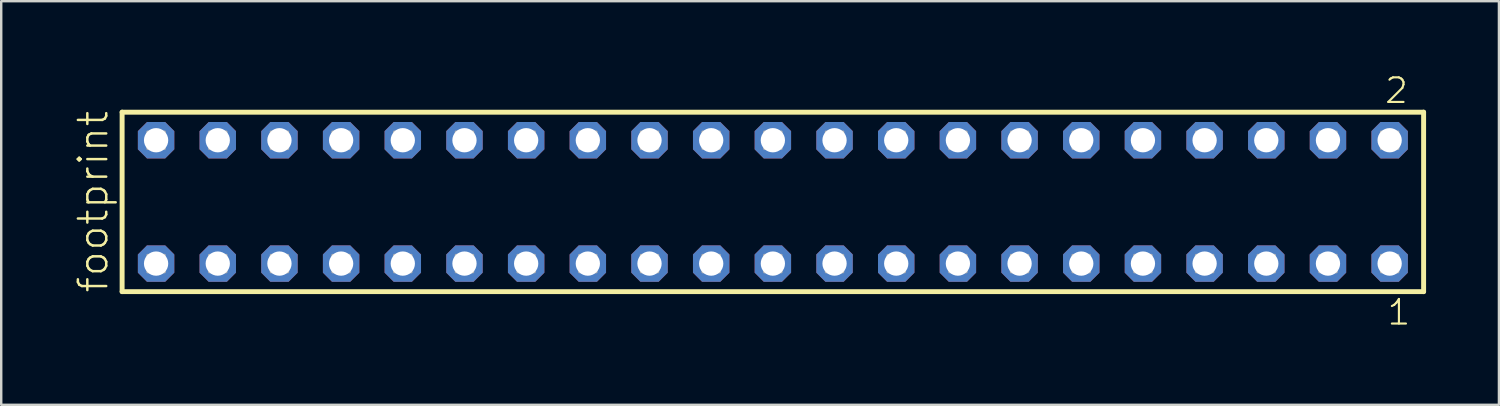
<source format=kicad_pcb>
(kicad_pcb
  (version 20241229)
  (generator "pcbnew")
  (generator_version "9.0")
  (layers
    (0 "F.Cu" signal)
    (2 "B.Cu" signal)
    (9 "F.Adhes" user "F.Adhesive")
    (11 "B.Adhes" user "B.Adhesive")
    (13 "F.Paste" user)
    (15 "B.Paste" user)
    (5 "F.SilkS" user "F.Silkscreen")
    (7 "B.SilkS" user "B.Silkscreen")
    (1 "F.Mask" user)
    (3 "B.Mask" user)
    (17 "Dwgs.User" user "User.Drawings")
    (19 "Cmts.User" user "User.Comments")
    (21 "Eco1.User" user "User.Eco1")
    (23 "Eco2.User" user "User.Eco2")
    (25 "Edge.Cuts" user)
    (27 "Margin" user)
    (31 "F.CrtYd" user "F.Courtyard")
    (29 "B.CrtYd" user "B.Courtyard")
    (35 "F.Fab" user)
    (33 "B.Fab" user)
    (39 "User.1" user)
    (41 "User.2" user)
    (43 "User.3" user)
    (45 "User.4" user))
  (footprint "footprint"
    (layer "F.Cu")
    (at 28.778 5.265)
    (property "Reference" "footprint" (at -27.305 3.81 90) (layer "F.SilkS") (effects (font (size 1.168 1.168) (thickness 0.102)) (justify left bottom)))
    (fp_line (start -26.799 -3.695) (end 26.799 -3.695) (stroke (width 0.203) (type solid)) (layer "F.SilkS"))
    (fp_line (start -26.799 3.695) (end -26.799 -3.695) (stroke (width 0.203) (type solid)) (layer "F.SilkS"))
    (fp_line (start 26.799 -3.695) (end 26.799 3.695) (stroke (width 0.203) (type solid)) (layer "F.SilkS"))
    (fp_line (start 26.799 3.695) (end -26.799 3.695) (stroke (width 0.203) (type solid)) (layer "F.SilkS"))
    (fp_poly (pts (xy -25.75 -2.19) (xy -25.05 -2.19) (xy -25.05 -2.89) (xy -25.75 -2.89)) (stroke (width 0.1) (type solid)) (fill no) (layer "F.Fab"))
    (fp_poly (pts (xy -25.75 2.89) (xy -25.05 2.89) (xy -25.05 2.19) (xy -25.75 2.19)) (stroke (width 0.1) (type solid)) (fill no) (layer "F.Fab"))
    (fp_poly (pts (xy -23.21 -2.19) (xy -22.51 -2.19) (xy -22.51 -2.89) (xy -23.21 -2.89)) (stroke (width 0.1) (type solid)) (fill no) (layer "F.Fab"))
    (fp_poly (pts (xy -23.21 2.89) (xy -22.51 2.89) (xy -22.51 2.19) (xy -23.21 2.19)) (stroke (width 0.1) (type solid)) (fill no) (layer "F.Fab"))
    (fp_poly (pts (xy -20.67 -2.19) (xy -19.97 -2.19) (xy -19.97 -2.89) (xy -20.67 -2.89)) (stroke (width 0.1) (type solid)) (fill no) (layer "F.Fab"))
    (fp_poly (pts (xy -20.67 2.89) (xy -19.97 2.89) (xy -19.97 2.19) (xy -20.67 2.19)) (stroke (width 0.1) (type solid)) (fill no) (layer "F.Fab"))
    (fp_poly (pts (xy -18.13 -2.19) (xy -17.43 -2.19) (xy -17.43 -2.89) (xy -18.13 -2.89)) (stroke (width 0.1) (type solid)) (fill no) (layer "F.Fab"))
    (fp_poly (pts (xy -18.13 2.89) (xy -17.43 2.89) (xy -17.43 2.19) (xy -18.13 2.19)) (stroke (width 0.1) (type solid)) (fill no) (layer "F.Fab"))
    (fp_poly (pts (xy -15.59 -2.19) (xy -14.89 -2.19) (xy -14.89 -2.89) (xy -15.59 -2.89)) (stroke (width 0.1) (type solid)) (fill no) (layer "F.Fab"))
    (fp_poly (pts (xy -15.59 2.89) (xy -14.89 2.89) (xy -14.89 2.19) (xy -15.59 2.19)) (stroke (width 0.1) (type solid)) (fill no) (layer "F.Fab"))
    (fp_poly (pts (xy -13.05 -2.19) (xy -12.35 -2.19) (xy -12.35 -2.89) (xy -13.05 -2.89)) (stroke (width 0.1) (type solid)) (fill no) (layer "F.Fab"))
    (fp_poly (pts (xy -13.05 2.89) (xy -12.35 2.89) (xy -12.35 2.19) (xy -13.05 2.19)) (stroke (width 0.1) (type solid)) (fill no) (layer "F.Fab"))
    (fp_poly (pts (xy -10.51 -2.19) (xy -9.81 -2.19) (xy -9.81 -2.89) (xy -10.51 -2.89)) (stroke (width 0.1) (type solid)) (fill no) (layer "F.Fab"))
    (fp_poly (pts (xy -10.51 2.89) (xy -9.81 2.89) (xy -9.81 2.19) (xy -10.51 2.19)) (stroke (width 0.1) (type solid)) (fill no) (layer "F.Fab"))
    (fp_poly (pts (xy -7.97 -2.19) (xy -7.27 -2.19) (xy -7.27 -2.89) (xy -7.97 -2.89)) (stroke (width 0.1) (type solid)) (fill no) (layer "F.Fab"))
    (fp_poly (pts (xy -7.97 2.89) (xy -7.27 2.89) (xy -7.27 2.19) (xy -7.97 2.19)) (stroke (width 0.1) (type solid)) (fill no) (layer "F.Fab"))
    (fp_poly (pts (xy -5.43 -2.19) (xy -4.73 -2.19) (xy -4.73 -2.89) (xy -5.43 -2.89)) (stroke (width 0.1) (type solid)) (fill no) (layer "F.Fab"))
    (fp_poly (pts (xy -5.43 2.89) (xy -4.73 2.89) (xy -4.73 2.19) (xy -5.43 2.19)) (stroke (width 0.1) (type solid)) (fill no) (layer "F.Fab"))
    (fp_poly (pts (xy -2.89 -2.19) (xy -2.19 -2.19) (xy -2.19 -2.89) (xy -2.89 -2.89)) (stroke (width 0.1) (type solid)) (fill no) (layer "F.Fab"))
    (fp_poly (pts (xy -2.89 2.89) (xy -2.19 2.89) (xy -2.19 2.19) (xy -2.89 2.19)) (stroke (width 0.1) (type solid)) (fill no) (layer "F.Fab"))
    (fp_poly (pts (xy -0.35 -2.19) (xy 0.35 -2.19) (xy 0.35 -2.89) (xy -0.35 -2.89)) (stroke (width 0.1) (type solid)) (fill no) (layer "F.Fab"))
    (fp_poly (pts (xy -0.35 2.89) (xy 0.35 2.89) (xy 0.35 2.19) (xy -0.35 2.19)) (stroke (width 0.1) (type solid)) (fill no) (layer "F.Fab"))
    (fp_poly (pts (xy 2.19 -2.19) (xy 2.89 -2.19) (xy 2.89 -2.89) (xy 2.19 -2.89)) (stroke (width 0.1) (type solid)) (fill no) (layer "F.Fab"))
    (fp_poly (pts (xy 2.19 2.89) (xy 2.89 2.89) (xy 2.89 2.19) (xy 2.19 2.19)) (stroke (width 0.1) (type solid)) (fill no) (layer "F.Fab"))
    (fp_poly (pts (xy 4.73 -2.19) (xy 5.43 -2.19) (xy 5.43 -2.89) (xy 4.73 -2.89)) (stroke (width 0.1) (type solid)) (fill no) (layer "F.Fab"))
    (fp_poly (pts (xy 4.73 2.89) (xy 5.43 2.89) (xy 5.43 2.19) (xy 4.73 2.19)) (stroke (width 0.1) (type solid)) (fill no) (layer "F.Fab"))
    (fp_poly (pts (xy 7.27 -2.19) (xy 7.97 -2.19) (xy 7.97 -2.89) (xy 7.27 -2.89)) (stroke (width 0.1) (type solid)) (fill no) (layer "F.Fab"))
    (fp_poly (pts (xy 7.27 2.89) (xy 7.97 2.89) (xy 7.97 2.19) (xy 7.27 2.19)) (stroke (width 0.1) (type solid)) (fill no) (layer "F.Fab"))
    (fp_poly (pts (xy 9.81 -2.19) (xy 10.51 -2.19) (xy 10.51 -2.89) (xy 9.81 -2.89)) (stroke (width 0.1) (type solid)) (fill no) (layer "F.Fab"))
    (fp_poly (pts (xy 9.81 2.89) (xy 10.51 2.89) (xy 10.51 2.19) (xy 9.81 2.19)) (stroke (width 0.1) (type solid)) (fill no) (layer "F.Fab"))
    (fp_poly (pts (xy 12.35 -2.19) (xy 13.05 -2.19) (xy 13.05 -2.89) (xy 12.35 -2.89)) (stroke (width 0.1) (type solid)) (fill no) (layer "F.Fab"))
    (fp_poly (pts (xy 12.35 2.89) (xy 13.05 2.89) (xy 13.05 2.19) (xy 12.35 2.19)) (stroke (width 0.1) (type solid)) (fill no) (layer "F.Fab"))
    (fp_poly (pts (xy 14.89 -2.19) (xy 15.59 -2.19) (xy 15.59 -2.89) (xy 14.89 -2.89)) (stroke (width 0.1) (type solid)) (fill no) (layer "F.Fab"))
    (fp_poly (pts (xy 14.89 2.89) (xy 15.59 2.89) (xy 15.59 2.19) (xy 14.89 2.19)) (stroke (width 0.1) (type solid)) (fill no) (layer "F.Fab"))
    (fp_poly (pts (xy 17.43 -2.19) (xy 18.13 -2.19) (xy 18.13 -2.89) (xy 17.43 -2.89)) (stroke (width 0.1) (type solid)) (fill no) (layer "F.Fab"))
    (fp_poly (pts (xy 17.43 2.89) (xy 18.13 2.89) (xy 18.13 2.19) (xy 17.43 2.19)) (stroke (width 0.1) (type solid)) (fill no) (layer "F.Fab"))
    (fp_poly (pts (xy 19.97 -2.19) (xy 20.67 -2.19) (xy 20.67 -2.89) (xy 19.97 -2.89)) (stroke (width 0.1) (type solid)) (fill no) (layer "F.Fab"))
    (fp_poly (pts (xy 19.97 2.89) (xy 20.67 2.89) (xy 20.67 2.19) (xy 19.97 2.19)) (stroke (width 0.1) (type solid)) (fill no) (layer "F.Fab"))
    (fp_poly (pts (xy 22.51 -2.19) (xy 23.21 -2.19) (xy 23.21 -2.89) (xy 22.51 -2.89)) (stroke (width 0.1) (type solid)) (fill no) (layer "F.Fab"))
    (fp_poly (pts (xy 22.51 2.89) (xy 23.21 2.89) (xy 23.21 2.19) (xy 22.51 2.19)) (stroke (width 0.1) (type solid)) (fill no) (layer "F.Fab"))
    (fp_poly (pts (xy 25.05 -2.19) (xy 25.75 -2.19) (xy 25.75 -2.89) (xy 25.05 -2.89)) (stroke (width 0.1) (type solid)) (fill no) (layer "F.Fab"))
    (fp_poly (pts (xy 25.05 2.89) (xy 25.75 2.89) (xy 25.75 2.19) (xy 25.05 2.19)) (stroke (width 0.1) (type solid)) (fill no) (layer "F.Fab"))
    (fp_text user "2" (at 25.142 -3.989 0) (layer "F.SilkS") (effects (font (size 1.012 1.012) (thickness 0.088)) (justify left bottom)))
    (fp_text user "1" (at 25.242 5.138 0) (layer "F.SilkS") (effects (font (size 1.012 1.012) (thickness 0.088)) (justify left bottom)))
    (pad "1" thru_hole roundrect (at 25.4 2.54 180) (size 1.5 1.5) (drill 1) (layers "*.Cu" "*.Mask") (roundrect_rratio 0.25) (chamfer_ratio 0.25) (chamfer top_left top_right bottom_left bottom_right))
    (pad "2" thru_hole roundrect (at 25.4 -2.54 180) (size 1.5 1.5) (drill 1) (layers "*.Cu" "*.Mask") (roundrect_rratio 0.25) (chamfer_ratio 0.25) (chamfer top_left top_right bottom_left bottom_right))
    (pad "3" thru_hole roundrect (at 22.86 2.54 180) (size 1.5 1.5) (drill 1) (layers "*.Cu" "*.Mask") (roundrect_rratio 0.25) (chamfer_ratio 0.25) (chamfer top_left top_right bottom_left bottom_right))
    (pad "4" thru_hole roundrect (at 22.86 -2.54 180) (size 1.5 1.5) (drill 1) (layers "*.Cu" "*.Mask") (roundrect_rratio 0.25) (chamfer_ratio 0.25) (chamfer top_left top_right bottom_left bottom_right))
    (pad "5" thru_hole roundrect (at 20.32 2.54 180) (size 1.5 1.5) (drill 1) (layers "*.Cu" "*.Mask") (roundrect_rratio 0.25) (chamfer_ratio 0.25) (chamfer top_left top_right bottom_left bottom_right))
    (pad "6" thru_hole roundrect (at 20.32 -2.54 180) (size 1.5 1.5) (drill 1) (layers "*.Cu" "*.Mask") (roundrect_rratio 0.25) (chamfer_ratio 0.25) (chamfer top_left top_right bottom_left bottom_right))
    (pad "7" thru_hole roundrect (at 17.78 2.54 180) (size 1.5 1.5) (drill 1) (layers "*.Cu" "*.Mask") (roundrect_rratio 0.25) (chamfer_ratio 0.25) (chamfer top_left top_right bottom_left bottom_right))
    (pad "8" thru_hole roundrect (at 17.78 -2.54 180) (size 1.5 1.5) (drill 1) (layers "*.Cu" "*.Mask") (roundrect_rratio 0.25) (chamfer_ratio 0.25) (chamfer top_left top_right bottom_left bottom_right))
    (pad "9" thru_hole roundrect (at 15.24 2.54 180) (size 1.5 1.5) (drill 1) (layers "*.Cu" "*.Mask") (roundrect_rratio 0.25) (chamfer_ratio 0.25) (chamfer top_left top_right bottom_left bottom_right))
    (pad "10" thru_hole roundrect (at 15.24 -2.54 180) (size 1.5 1.5) (drill 1) (layers "*.Cu" "*.Mask") (roundrect_rratio 0.25) (chamfer_ratio 0.25) (chamfer top_left top_right bottom_left bottom_right))
    (pad "11" thru_hole roundrect (at 12.7 2.54 180) (size 1.5 1.5) (drill 1) (layers "*.Cu" "*.Mask") (roundrect_rratio 0.25) (chamfer_ratio 0.25) (chamfer top_left top_right bottom_left bottom_right))
    (pad "12" thru_hole roundrect (at 12.7 -2.54 180) (size 1.5 1.5) (drill 1) (layers "*.Cu" "*.Mask") (roundrect_rratio 0.25) (chamfer_ratio 0.25) (chamfer top_left top_right bottom_left bottom_right))
    (pad "13" thru_hole roundrect (at 10.16 2.54 180) (size 1.5 1.5) (drill 1) (layers "*.Cu" "*.Mask") (roundrect_rratio 0.25) (chamfer_ratio 0.25) (chamfer top_left top_right bottom_left bottom_right))
    (pad "14" thru_hole roundrect (at 10.16 -2.54 180) (size 1.5 1.5) (drill 1) (layers "*.Cu" "*.Mask") (roundrect_rratio 0.25) (chamfer_ratio 0.25) (chamfer top_left top_right bottom_left bottom_right))
    (pad "15" thru_hole roundrect (at 7.62 2.54 180) (size 1.5 1.5) (drill 1) (layers "*.Cu" "*.Mask") (roundrect_rratio 0.25) (chamfer_ratio 0.25) (chamfer top_left top_right bottom_left bottom_right))
    (pad "16" thru_hole roundrect (at 7.62 -2.54 180) (size 1.5 1.5) (drill 1) (layers "*.Cu" "*.Mask") (roundrect_rratio 0.25) (chamfer_ratio 0.25) (chamfer top_left top_right bottom_left bottom_right))
    (pad "17" thru_hole roundrect (at 5.08 2.54 180) (size 1.5 1.5) (drill 1) (layers "*.Cu" "*.Mask") (roundrect_rratio 0.25) (chamfer_ratio 0.25) (chamfer top_left top_right bottom_left bottom_right))
    (pad "18" thru_hole roundrect (at 5.08 -2.54 180) (size 1.5 1.5) (drill 1) (layers "*.Cu" "*.Mask") (roundrect_rratio 0.25) (chamfer_ratio 0.25) (chamfer top_left top_right bottom_left bottom_right))
    (pad "19" thru_hole roundrect (at 2.54 2.54 180) (size 1.5 1.5) (drill 1) (layers "*.Cu" "*.Mask") (roundrect_rratio 0.25) (chamfer_ratio 0.25) (chamfer top_left top_right bottom_left bottom_right))
    (pad "20" thru_hole roundrect (at 2.54 -2.54 180) (size 1.5 1.5) (drill 1) (layers "*.Cu" "*.Mask") (roundrect_rratio 0.25) (chamfer_ratio 0.25) (chamfer top_left top_right bottom_left bottom_right))
    (pad "21" thru_hole roundrect (at 0 2.54 180) (size 1.5 1.5) (drill 1) (layers "*.Cu" "*.Mask") (roundrect_rratio 0.25) (chamfer_ratio 0.25) (chamfer top_left top_right bottom_left bottom_right))
    (pad "22" thru_hole roundrect (at 0 -2.54 180) (size 1.5 1.5) (drill 1) (layers "*.Cu" "*.Mask") (roundrect_rratio 0.25) (chamfer_ratio 0.25) (chamfer top_left top_right bottom_left bottom_right))
    (pad "23" thru_hole roundrect (at -2.54 2.54 180) (size 1.5 1.5) (drill 1) (layers "*.Cu" "*.Mask") (roundrect_rratio 0.25) (chamfer_ratio 0.25) (chamfer top_left top_right bottom_left bottom_right))
    (pad "24" thru_hole roundrect (at -2.54 -2.54 180) (size 1.5 1.5) (drill 1) (layers "*.Cu" "*.Mask") (roundrect_rratio 0.25) (chamfer_ratio 0.25) (chamfer top_left top_right bottom_left bottom_right))
    (pad "25" thru_hole roundrect (at -5.08 2.54 180) (size 1.5 1.5) (drill 1) (layers "*.Cu" "*.Mask") (roundrect_rratio 0.25) (chamfer_ratio 0.25) (chamfer top_left top_right bottom_left bottom_right))
    (pad "26" thru_hole roundrect (at -5.08 -2.54 180) (size 1.5 1.5) (drill 1) (layers "*.Cu" "*.Mask") (roundrect_rratio 0.25) (chamfer_ratio 0.25) (chamfer top_left top_right bottom_left bottom_right))
    (pad "27" thru_hole roundrect (at -7.62 2.54 180) (size 1.5 1.5) (drill 1) (layers "*.Cu" "*.Mask") (roundrect_rratio 0.25) (chamfer_ratio 0.25) (chamfer top_left top_right bottom_left bottom_right))
    (pad "28" thru_hole roundrect (at -7.62 -2.54 180) (size 1.5 1.5) (drill 1) (layers "*.Cu" "*.Mask") (roundrect_rratio 0.25) (chamfer_ratio 0.25) (chamfer top_left top_right bottom_left bottom_right))
    (pad "29" thru_hole roundrect (at -10.16 2.54 180) (size 1.5 1.5) (drill 1) (layers "*.Cu" "*.Mask") (roundrect_rratio 0.25) (chamfer_ratio 0.25) (chamfer top_left top_right bottom_left bottom_right))
    (pad "30" thru_hole roundrect (at -10.16 -2.54 180) (size 1.5 1.5) (drill 1) (layers "*.Cu" "*.Mask") (roundrect_rratio 0.25) (chamfer_ratio 0.25) (chamfer top_left top_right bottom_left bottom_right))
    (pad "31" thru_hole roundrect (at -12.7 2.54 180) (size 1.5 1.5) (drill 1) (layers "*.Cu" "*.Mask") (roundrect_rratio 0.25) (chamfer_ratio 0.25) (chamfer top_left top_right bottom_left bottom_right))
    (pad "32" thru_hole roundrect (at -12.7 -2.54 180) (size 1.5 1.5) (drill 1) (layers "*.Cu" "*.Mask") (roundrect_rratio 0.25) (chamfer_ratio 0.25) (chamfer top_left top_right bottom_left bottom_right))
    (pad "33" thru_hole roundrect (at -15.24 2.54 180) (size 1.5 1.5) (drill 1) (layers "*.Cu" "*.Mask") (roundrect_rratio 0.25) (chamfer_ratio 0.25) (chamfer top_left top_right bottom_left bottom_right))
    (pad "34" thru_hole roundrect (at -15.24 -2.54 180) (size 1.5 1.5) (drill 1) (layers "*.Cu" "*.Mask") (roundrect_rratio 0.25) (chamfer_ratio 0.25) (chamfer top_left top_right bottom_left bottom_right))
    (pad "35" thru_hole roundrect (at -17.78 2.54 180) (size 1.5 1.5) (drill 1) (layers "*.Cu" "*.Mask") (roundrect_rratio 0.25) (chamfer_ratio 0.25) (chamfer top_left top_right bottom_left bottom_right))
    (pad "36" thru_hole roundrect (at -17.78 -2.54 180) (size 1.5 1.5) (drill 1) (layers "*.Cu" "*.Mask") (roundrect_rratio 0.25) (chamfer_ratio 0.25) (chamfer top_left top_right bottom_left bottom_right))
    (pad "37" thru_hole roundrect (at -20.32 2.54 180) (size 1.5 1.5) (drill 1) (layers "*.Cu" "*.Mask") (roundrect_rratio 0.25) (chamfer_ratio 0.25) (chamfer top_left top_right bottom_left bottom_right))
    (pad "38" thru_hole roundrect (at -20.32 -2.54 180) (size 1.5 1.5) (drill 1) (layers "*.Cu" "*.Mask") (roundrect_rratio 0.25) (chamfer_ratio 0.25) (chamfer top_left top_right bottom_left bottom_right))
    (pad "39" thru_hole roundrect (at -22.86 2.54 180) (size 1.5 1.5) (drill 1) (layers "*.Cu" "*.Mask") (roundrect_rratio 0.25) (chamfer_ratio 0.25) (chamfer top_left top_right bottom_left bottom_right))
    (pad "40" thru_hole roundrect (at -22.86 -2.54 180) (size 1.5 1.5) (drill 1) (layers "*.Cu" "*.Mask") (roundrect_rratio 0.25) (chamfer_ratio 0.25) (chamfer top_left top_right bottom_left bottom_right))
    (pad "41" thru_hole roundrect (at -25.4 2.54 180) (size 1.5 1.5) (drill 1) (layers "*.Cu" "*.Mask") (roundrect_rratio 0.25) (chamfer_ratio 0.25) (chamfer top_left top_right bottom_left bottom_right))
    (pad "42" thru_hole roundrect (at -25.4 -2.54 180) (size 1.5 1.5) (drill 1) (layers "*.Cu" "*.Mask") (roundrect_rratio 0.25) (chamfer_ratio 0.25) (chamfer top_left top_right bottom_left bottom_right)))
  (gr_rect
    (start -3 -3)
    (end 58.679 13.62)
    (stroke (width 0.1) (type default))
    (fill no)
    (layer "Edge.Cuts")))
</source>
